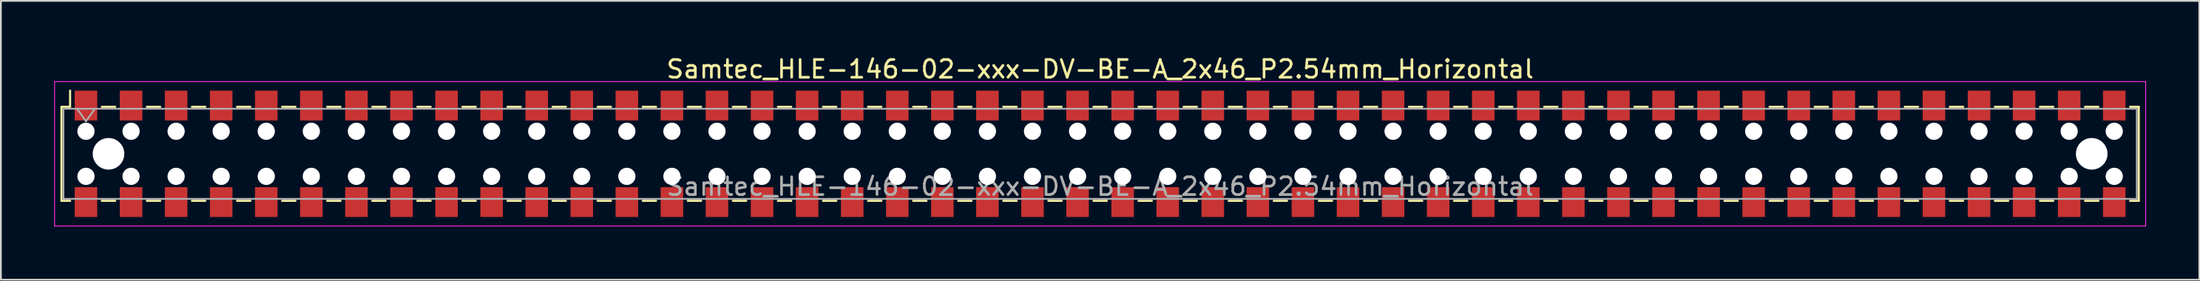
<source format=kicad_pcb>
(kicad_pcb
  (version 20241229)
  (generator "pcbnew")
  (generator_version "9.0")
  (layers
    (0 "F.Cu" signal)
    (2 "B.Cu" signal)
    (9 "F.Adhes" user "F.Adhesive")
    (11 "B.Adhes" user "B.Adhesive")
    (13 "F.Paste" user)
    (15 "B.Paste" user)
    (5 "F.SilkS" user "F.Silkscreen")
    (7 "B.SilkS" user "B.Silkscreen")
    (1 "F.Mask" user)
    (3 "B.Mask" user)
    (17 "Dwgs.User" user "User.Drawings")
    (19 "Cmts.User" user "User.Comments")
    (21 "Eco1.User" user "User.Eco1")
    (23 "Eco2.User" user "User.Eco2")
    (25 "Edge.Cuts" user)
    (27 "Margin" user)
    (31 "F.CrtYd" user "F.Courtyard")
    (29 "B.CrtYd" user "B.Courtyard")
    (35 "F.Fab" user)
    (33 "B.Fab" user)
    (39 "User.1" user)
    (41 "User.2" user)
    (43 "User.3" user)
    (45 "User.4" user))
  (footprint "Samtec_HLE-146-02-xxx-DV-BE-A_2x46_P2.54mm_Horizontal"
    (layer "F.Cu")
    (at 58.945 5.618)
    (property "Reference" "Samtec_HLE-146-02-xxx-DV-BE-A_2x46_P2.54mm_Horizontal" (at 0 -4.77 0) (layer "F.SilkS") (effects (font (size 1 1) (thickness 0.15))))
    (attr smd)
    (fp_line (start -58.53 -2.65) (end -58.53 2.65) (stroke (width 0.12) (type solid)) (layer "F.SilkS"))
    (fp_line (start -58.53 2.65) (end -58.045 2.65) (stroke (width 0.12) (type solid)) (layer "F.SilkS"))
    (fp_line (start -58.045 -3.56) (end -58.045 -2.65) (stroke (width 0.12) (type solid)) (layer "F.SilkS"))
    (fp_line (start -58.045 -2.65) (end -58.53 -2.65) (stroke (width 0.12) (type solid)) (layer "F.SilkS"))
    (fp_line (start -56.255 -2.65) (end -55.505 -2.65) (stroke (width 0.12) (type solid)) (layer "F.SilkS"))
    (fp_line (start -56.255 2.65) (end -55.505 2.65) (stroke (width 0.12) (type solid)) (layer "F.SilkS"))
    (fp_line (start -53.715 -2.65) (end -52.965 -2.65) (stroke (width 0.12) (type solid)) (layer "F.SilkS"))
    (fp_line (start -53.715 2.65) (end -52.965 2.65) (stroke (width 0.12) (type solid)) (layer "F.SilkS"))
    (fp_line (start -51.175 -2.65) (end -50.425 -2.65) (stroke (width 0.12) (type solid)) (layer "F.SilkS"))
    (fp_line (start -51.175 2.65) (end -50.425 2.65) (stroke (width 0.12) (type solid)) (layer "F.SilkS"))
    (fp_line (start -48.635 -2.65) (end -47.885 -2.65) (stroke (width 0.12) (type solid)) (layer "F.SilkS"))
    (fp_line (start -48.635 2.65) (end -47.885 2.65) (stroke (width 0.12) (type solid)) (layer "F.SilkS"))
    (fp_line (start -46.095 -2.65) (end -45.345 -2.65) (stroke (width 0.12) (type solid)) (layer "F.SilkS"))
    (fp_line (start -46.095 2.65) (end -45.345 2.65) (stroke (width 0.12) (type solid)) (layer "F.SilkS"))
    (fp_line (start -43.555 -2.65) (end -42.805 -2.65) (stroke (width 0.12) (type solid)) (layer "F.SilkS"))
    (fp_line (start -43.555 2.65) (end -42.805 2.65) (stroke (width 0.12) (type solid)) (layer "F.SilkS"))
    (fp_line (start -41.015 -2.65) (end -40.265 -2.65) (stroke (width 0.12) (type solid)) (layer "F.SilkS"))
    (fp_line (start -41.015 2.65) (end -40.265 2.65) (stroke (width 0.12) (type solid)) (layer "F.SilkS"))
    (fp_line (start -38.475 -2.65) (end -37.725 -2.65) (stroke (width 0.12) (type solid)) (layer "F.SilkS"))
    (fp_line (start -38.475 2.65) (end -37.725 2.65) (stroke (width 0.12) (type solid)) (layer "F.SilkS"))
    (fp_line (start -35.935 -2.65) (end -35.185 -2.65) (stroke (width 0.12) (type solid)) (layer "F.SilkS"))
    (fp_line (start -35.935 2.65) (end -35.185 2.65) (stroke (width 0.12) (type solid)) (layer "F.SilkS"))
    (fp_line (start -33.395 -2.65) (end -32.645 -2.65) (stroke (width 0.12) (type solid)) (layer "F.SilkS"))
    (fp_line (start -33.395 2.65) (end -32.645 2.65) (stroke (width 0.12) (type solid)) (layer "F.SilkS"))
    (fp_line (start -30.855 -2.65) (end -30.105 -2.65) (stroke (width 0.12) (type solid)) (layer "F.SilkS"))
    (fp_line (start -30.855 2.65) (end -30.105 2.65) (stroke (width 0.12) (type solid)) (layer "F.SilkS"))
    (fp_line (start -28.315 -2.65) (end -27.565 -2.65) (stroke (width 0.12) (type solid)) (layer "F.SilkS"))
    (fp_line (start -28.315 2.65) (end -27.565 2.65) (stroke (width 0.12) (type solid)) (layer "F.SilkS"))
    (fp_line (start -25.775 -2.65) (end -25.025 -2.65) (stroke (width 0.12) (type solid)) (layer "F.SilkS"))
    (fp_line (start -25.775 2.65) (end -25.025 2.65) (stroke (width 0.12) (type solid)) (layer "F.SilkS"))
    (fp_line (start -23.235 -2.65) (end -22.485 -2.65) (stroke (width 0.12) (type solid)) (layer "F.SilkS"))
    (fp_line (start -23.235 2.65) (end -22.485 2.65) (stroke (width 0.12) (type solid)) (layer "F.SilkS"))
    (fp_line (start -20.695 -2.65) (end -19.945 -2.65) (stroke (width 0.12) (type solid)) (layer "F.SilkS"))
    (fp_line (start -20.695 2.65) (end -19.945 2.65) (stroke (width 0.12) (type solid)) (layer "F.SilkS"))
    (fp_line (start -18.155 -2.65) (end -17.405 -2.65) (stroke (width 0.12) (type solid)) (layer "F.SilkS"))
    (fp_line (start -18.155 2.65) (end -17.405 2.65) (stroke (width 0.12) (type solid)) (layer "F.SilkS"))
    (fp_line (start -15.615 -2.65) (end -14.865 -2.65) (stroke (width 0.12) (type solid)) (layer "F.SilkS"))
    (fp_line (start -15.615 2.65) (end -14.865 2.65) (stroke (width 0.12) (type solid)) (layer "F.SilkS"))
    (fp_line (start -13.075 -2.65) (end -12.325 -2.65) (stroke (width 0.12) (type solid)) (layer "F.SilkS"))
    (fp_line (start -13.075 2.65) (end -12.325 2.65) (stroke (width 0.12) (type solid)) (layer "F.SilkS"))
    (fp_line (start -10.535 -2.65) (end -9.785 -2.65) (stroke (width 0.12) (type solid)) (layer "F.SilkS"))
    (fp_line (start -10.535 2.65) (end -9.785 2.65) (stroke (width 0.12) (type solid)) (layer "F.SilkS"))
    (fp_line (start -7.995 -2.65) (end -7.245 -2.65) (stroke (width 0.12) (type solid)) (layer "F.SilkS"))
    (fp_line (start -7.995 2.65) (end -7.245 2.65) (stroke (width 0.12) (type solid)) (layer "F.SilkS"))
    (fp_line (start -5.455 -2.65) (end -4.705 -2.65) (stroke (width 0.12) (type solid)) (layer "F.SilkS"))
    (fp_line (start -5.455 2.65) (end -4.705 2.65) (stroke (width 0.12) (type solid)) (layer "F.SilkS"))
    (fp_line (start -2.915 -2.65) (end -2.165 -2.65) (stroke (width 0.12) (type solid)) (layer "F.SilkS"))
    (fp_line (start -2.915 2.65) (end -2.165 2.65) (stroke (width 0.12) (type solid)) (layer "F.SilkS"))
    (fp_line (start -0.375 -2.65) (end 0.375 -2.65) (stroke (width 0.12) (type solid)) (layer "F.SilkS"))
    (fp_line (start -0.375 2.65) (end 0.375 2.65) (stroke (width 0.12) (type solid)) (layer "F.SilkS"))
    (fp_line (start 2.165 -2.65) (end 2.915 -2.65) (stroke (width 0.12) (type solid)) (layer "F.SilkS"))
    (fp_line (start 2.165 2.65) (end 2.915 2.65) (stroke (width 0.12) (type solid)) (layer "F.SilkS"))
    (fp_line (start 4.705 -2.65) (end 5.455 -2.65) (stroke (width 0.12) (type solid)) (layer "F.SilkS"))
    (fp_line (start 4.705 2.65) (end 5.455 2.65) (stroke (width 0.12) (type solid)) (layer "F.SilkS"))
    (fp_line (start 7.245 -2.65) (end 7.995 -2.65) (stroke (width 0.12) (type solid)) (layer "F.SilkS"))
    (fp_line (start 7.245 2.65) (end 7.995 2.65) (stroke (width 0.12) (type solid)) (layer "F.SilkS"))
    (fp_line (start 9.785 -2.65) (end 10.535 -2.65) (stroke (width 0.12) (type solid)) (layer "F.SilkS"))
    (fp_line (start 9.785 2.65) (end 10.535 2.65) (stroke (width 0.12) (type solid)) (layer "F.SilkS"))
    (fp_line (start 12.325 -2.65) (end 13.075 -2.65) (stroke (width 0.12) (type solid)) (layer "F.SilkS"))
    (fp_line (start 12.325 2.65) (end 13.075 2.65) (stroke (width 0.12) (type solid)) (layer "F.SilkS"))
    (fp_line (start 14.865 -2.65) (end 15.615 -2.65) (stroke (width 0.12) (type solid)) (layer "F.SilkS"))
    (fp_line (start 14.865 2.65) (end 15.615 2.65) (stroke (width 0.12) (type solid)) (layer "F.SilkS"))
    (fp_line (start 17.405 -2.65) (end 18.155 -2.65) (stroke (width 0.12) (type solid)) (layer "F.SilkS"))
    (fp_line (start 17.405 2.65) (end 18.155 2.65) (stroke (width 0.12) (type solid)) (layer "F.SilkS"))
    (fp_line (start 19.945 -2.65) (end 20.695 -2.65) (stroke (width 0.12) (type solid)) (layer "F.SilkS"))
    (fp_line (start 19.945 2.65) (end 20.695 2.65) (stroke (width 0.12) (type solid)) (layer "F.SilkS"))
    (fp_line (start 22.485 -2.65) (end 23.235 -2.65) (stroke (width 0.12) (type solid)) (layer "F.SilkS"))
    (fp_line (start 22.485 2.65) (end 23.235 2.65) (stroke (width 0.12) (type solid)) (layer "F.SilkS"))
    (fp_line (start 25.025 -2.65) (end 25.775 -2.65) (stroke (width 0.12) (type solid)) (layer "F.SilkS"))
    (fp_line (start 25.025 2.65) (end 25.775 2.65) (stroke (width 0.12) (type solid)) (layer "F.SilkS"))
    (fp_line (start 27.565 -2.65) (end 28.315 -2.65) (stroke (width 0.12) (type solid)) (layer "F.SilkS"))
    (fp_line (start 27.565 2.65) (end 28.315 2.65) (stroke (width 0.12) (type solid)) (layer "F.SilkS"))
    (fp_line (start 30.105 -2.65) (end 30.855 -2.65) (stroke (width 0.12) (type solid)) (layer "F.SilkS"))
    (fp_line (start 30.105 2.65) (end 30.855 2.65) (stroke (width 0.12) (type solid)) (layer "F.SilkS"))
    (fp_line (start 32.645 -2.65) (end 33.395 -2.65) (stroke (width 0.12) (type solid)) (layer "F.SilkS"))
    (fp_line (start 32.645 2.65) (end 33.395 2.65) (stroke (width 0.12) (type solid)) (layer "F.SilkS"))
    (fp_line (start 35.185 -2.65) (end 35.935 -2.65) (stroke (width 0.12) (type solid)) (layer "F.SilkS"))
    (fp_line (start 35.185 2.65) (end 35.935 2.65) (stroke (width 0.12) (type solid)) (layer "F.SilkS"))
    (fp_line (start 37.725 -2.65) (end 38.475 -2.65) (stroke (width 0.12) (type solid)) (layer "F.SilkS"))
    (fp_line (start 37.725 2.65) (end 38.475 2.65) (stroke (width 0.12) (type solid)) (layer "F.SilkS"))
    (fp_line (start 40.265 -2.65) (end 41.015 -2.65) (stroke (width 0.12) (type solid)) (layer "F.SilkS"))
    (fp_line (start 40.265 2.65) (end 41.015 2.65) (stroke (width 0.12) (type solid)) (layer "F.SilkS"))
    (fp_line (start 42.805 -2.65) (end 43.555 -2.65) (stroke (width 0.12) (type solid)) (layer "F.SilkS"))
    (fp_line (start 42.805 2.65) (end 43.555 2.65) (stroke (width 0.12) (type solid)) (layer "F.SilkS"))
    (fp_line (start 45.345 -2.65) (end 46.095 -2.65) (stroke (width 0.12) (type solid)) (layer "F.SilkS"))
    (fp_line (start 45.345 2.65) (end 46.095 2.65) (stroke (width 0.12) (type solid)) (layer "F.SilkS"))
    (fp_line (start 47.885 -2.65) (end 48.635 -2.65) (stroke (width 0.12) (type solid)) (layer "F.SilkS"))
    (fp_line (start 47.885 2.65) (end 48.635 2.65) (stroke (width 0.12) (type solid)) (layer "F.SilkS"))
    (fp_line (start 50.425 -2.65) (end 51.175 -2.65) (stroke (width 0.12) (type solid)) (layer "F.SilkS"))
    (fp_line (start 50.425 2.65) (end 51.175 2.65) (stroke (width 0.12) (type solid)) (layer "F.SilkS"))
    (fp_line (start 52.965 -2.65) (end 53.715 -2.65) (stroke (width 0.12) (type solid)) (layer "F.SilkS"))
    (fp_line (start 52.965 2.65) (end 53.715 2.65) (stroke (width 0.12) (type solid)) (layer "F.SilkS"))
    (fp_line (start 55.505 -2.65) (end 56.255 -2.65) (stroke (width 0.12) (type solid)) (layer "F.SilkS"))
    (fp_line (start 55.505 2.65) (end 56.255 2.65) (stroke (width 0.12) (type solid)) (layer "F.SilkS"))
    (fp_line (start 58.045 -2.65) (end 58.53 -2.65) (stroke (width 0.12) (type solid)) (layer "F.SilkS"))
    (fp_line (start 58.53 -2.65) (end 58.53 2.65) (stroke (width 0.12) (type solid)) (layer "F.SilkS"))
    (fp_line (start 58.53 2.65) (end 58.045 2.65) (stroke (width 0.12) (type solid)) (layer "F.SilkS"))
    (fp_line (start -58.92 -4.07) (end 58.92 -4.07) (stroke (width 0.05) (type solid)) (layer "F.CrtYd"))
    (fp_line (start -58.92 4.07) (end -58.92 -4.07) (stroke (width 0.05) (type solid)) (layer "F.CrtYd"))
    (fp_line (start 58.92 -4.07) (end 58.92 4.07) (stroke (width 0.05) (type solid)) (layer "F.CrtYd"))
    (fp_line (start 58.92 4.07) (end -58.92 4.07) (stroke (width 0.05) (type solid)) (layer "F.CrtYd"))
    (fp_line (start -58.42 -2.54) (end 58.42 -2.54) (stroke (width 0.1) (type solid)) (layer "F.Fab"))
    (fp_line (start -58.42 2.54) (end -58.42 -2.54) (stroke (width 0.1) (type solid)) (layer "F.Fab"))
    (fp_line (start -57.65 -2.54) (end -57.15 -1.833) (stroke (width 0.1) (type solid)) (layer "F.Fab"))
    (fp_line (start -57.15 -1.833) (end -56.65 -2.54) (stroke (width 0.1) (type solid)) (layer "F.Fab"))
    (fp_line (start 58.42 -2.54) (end 58.42 2.54) (stroke (width 0.1) (type solid)) (layer "F.Fab"))
    (fp_line (start 58.42 2.54) (end -58.42 2.54) (stroke (width 0.1) (type solid)) (layer "F.Fab"))
    (fp_text user "${REFERENCE}" (at 0 1.84 0) (layer "F.Fab") (effects (font (size 1 1) (thickness 0.15))))
    (pad "" np_thru_hole circle (at -57.15 -1.27) (size 0.97 0.97) (drill 0.97) (layers "*.Cu" "*.Mask"))
    (pad "" np_thru_hole circle (at -57.15 1.27) (size 0.97 0.97) (drill 0.97) (layers "*.Cu" "*.Mask"))
    (pad "" np_thru_hole circle (at -55.88 0) (size 1.78 1.78) (drill 1.78) (layers "*.Cu" "*.Mask"))
    (pad "" np_thru_hole circle (at -54.61 -1.27) (size 0.97 0.97) (drill 0.97) (layers "*.Cu" "*.Mask"))
    (pad "" np_thru_hole circle (at -54.61 1.27) (size 0.97 0.97) (drill 0.97) (layers "*.Cu" "*.Mask"))
    (pad "" np_thru_hole circle (at -52.07 -1.27) (size 0.97 0.97) (drill 0.97) (layers "*.Cu" "*.Mask"))
    (pad "" np_thru_hole circle (at -52.07 1.27) (size 0.97 0.97) (drill 0.97) (layers "*.Cu" "*.Mask"))
    (pad "" np_thru_hole circle (at -49.53 -1.27) (size 0.97 0.97) (drill 0.97) (layers "*.Cu" "*.Mask"))
    (pad "" np_thru_hole circle (at -49.53 1.27) (size 0.97 0.97) (drill 0.97) (layers "*.Cu" "*.Mask"))
    (pad "" np_thru_hole circle (at -46.99 -1.27) (size 0.97 0.97) (drill 0.97) (layers "*.Cu" "*.Mask"))
    (pad "" np_thru_hole circle (at -46.99 1.27) (size 0.97 0.97) (drill 0.97) (layers "*.Cu" "*.Mask"))
    (pad "" np_thru_hole circle (at -44.45 -1.27) (size 0.97 0.97) (drill 0.97) (layers "*.Cu" "*.Mask"))
    (pad "" np_thru_hole circle (at -44.45 1.27) (size 0.97 0.97) (drill 0.97) (layers "*.Cu" "*.Mask"))
    (pad "" np_thru_hole circle (at -41.91 -1.27) (size 0.97 0.97) (drill 0.97) (layers "*.Cu" "*.Mask"))
    (pad "" np_thru_hole circle (at -41.91 1.27) (size 0.97 0.97) (drill 0.97) (layers "*.Cu" "*.Mask"))
    (pad "" np_thru_hole circle (at -39.37 -1.27) (size 0.97 0.97) (drill 0.97) (layers "*.Cu" "*.Mask"))
    (pad "" np_thru_hole circle (at -39.37 1.27) (size 0.97 0.97) (drill 0.97) (layers "*.Cu" "*.Mask"))
    (pad "" np_thru_hole circle (at -36.83 -1.27) (size 0.97 0.97) (drill 0.97) (layers "*.Cu" "*.Mask"))
    (pad "" np_thru_hole circle (at -36.83 1.27) (size 0.97 0.97) (drill 0.97) (layers "*.Cu" "*.Mask"))
    (pad "" np_thru_hole circle (at -34.29 -1.27) (size 0.97 0.97) (drill 0.97) (layers "*.Cu" "*.Mask"))
    (pad "" np_thru_hole circle (at -34.29 1.27) (size 0.97 0.97) (drill 0.97) (layers "*.Cu" "*.Mask"))
    (pad "" np_thru_hole circle (at -31.75 -1.27) (size 0.97 0.97) (drill 0.97) (layers "*.Cu" "*.Mask"))
    (pad "" np_thru_hole circle (at -31.75 1.27) (size 0.97 0.97) (drill 0.97) (layers "*.Cu" "*.Mask"))
    (pad "" np_thru_hole circle (at -29.21 -1.27) (size 0.97 0.97) (drill 0.97) (layers "*.Cu" "*.Mask"))
    (pad "" np_thru_hole circle (at -29.21 1.27) (size 0.97 0.97) (drill 0.97) (layers "*.Cu" "*.Mask"))
    (pad "" np_thru_hole circle (at -26.67 -1.27) (size 0.97 0.97) (drill 0.97) (layers "*.Cu" "*.Mask"))
    (pad "" np_thru_hole circle (at -26.67 1.27) (size 0.97 0.97) (drill 0.97) (layers "*.Cu" "*.Mask"))
    (pad "" np_thru_hole circle (at -24.13 -1.27) (size 0.97 0.97) (drill 0.97) (layers "*.Cu" "*.Mask"))
    (pad "" np_thru_hole circle (at -24.13 1.27) (size 0.97 0.97) (drill 0.97) (layers "*.Cu" "*.Mask"))
    (pad "" np_thru_hole circle (at -21.59 -1.27) (size 0.97 0.97) (drill 0.97) (layers "*.Cu" "*.Mask"))
    (pad "" np_thru_hole circle (at -21.59 1.27) (size 0.97 0.97) (drill 0.97) (layers "*.Cu" "*.Mask"))
    (pad "" np_thru_hole circle (at -19.05 -1.27) (size 0.97 0.97) (drill 0.97) (layers "*.Cu" "*.Mask"))
    (pad "" np_thru_hole circle (at -19.05 1.27) (size 0.97 0.97) (drill 0.97) (layers "*.Cu" "*.Mask"))
    (pad "" np_thru_hole circle (at -16.51 -1.27) (size 0.97 0.97) (drill 0.97) (layers "*.Cu" "*.Mask"))
    (pad "" np_thru_hole circle (at -16.51 1.27) (size 0.97 0.97) (drill 0.97) (layers "*.Cu" "*.Mask"))
    (pad "" np_thru_hole circle (at -13.97 -1.27) (size 0.97 0.97) (drill 0.97) (layers "*.Cu" "*.Mask"))
    (pad "" np_thru_hole circle (at -13.97 1.27) (size 0.97 0.97) (drill 0.97) (layers "*.Cu" "*.Mask"))
    (pad "" np_thru_hole circle (at -11.43 -1.27) (size 0.97 0.97) (drill 0.97) (layers "*.Cu" "*.Mask"))
    (pad "" np_thru_hole circle (at -11.43 1.27) (size 0.97 0.97) (drill 0.97) (layers "*.Cu" "*.Mask"))
    (pad "" np_thru_hole circle (at -8.89 -1.27) (size 0.97 0.97) (drill 0.97) (layers "*.Cu" "*.Mask"))
    (pad "" np_thru_hole circle (at -8.89 1.27) (size 0.97 0.97) (drill 0.97) (layers "*.Cu" "*.Mask"))
    (pad "" np_thru_hole circle (at -6.35 -1.27) (size 0.97 0.97) (drill 0.97) (layers "*.Cu" "*.Mask"))
    (pad "" np_thru_hole circle (at -6.35 1.27) (size 0.97 0.97) (drill 0.97) (layers "*.Cu" "*.Mask"))
    (pad "" np_thru_hole circle (at -3.81 -1.27) (size 0.97 0.97) (drill 0.97) (layers "*.Cu" "*.Mask"))
    (pad "" np_thru_hole circle (at -3.81 1.27) (size 0.97 0.97) (drill 0.97) (layers "*.Cu" "*.Mask"))
    (pad "" np_thru_hole circle (at -1.27 -1.27) (size 0.97 0.97) (drill 0.97) (layers "*.Cu" "*.Mask"))
    (pad "" np_thru_hole circle (at -1.27 1.27) (size 0.97 0.97) (drill 0.97) (layers "*.Cu" "*.Mask"))
    (pad "" np_thru_hole circle (at 1.27 -1.27) (size 0.97 0.97) (drill 0.97) (layers "*.Cu" "*.Mask"))
    (pad "" np_thru_hole circle (at 1.27 1.27) (size 0.97 0.97) (drill 0.97) (layers "*.Cu" "*.Mask"))
    (pad "" np_thru_hole circle (at 3.81 -1.27) (size 0.97 0.97) (drill 0.97) (layers "*.Cu" "*.Mask"))
    (pad "" np_thru_hole circle (at 3.81 1.27) (size 0.97 0.97) (drill 0.97) (layers "*.Cu" "*.Mask"))
    (pad "" np_thru_hole circle (at 6.35 -1.27) (size 0.97 0.97) (drill 0.97) (layers "*.Cu" "*.Mask"))
    (pad "" np_thru_hole circle (at 6.35 1.27) (size 0.97 0.97) (drill 0.97) (layers "*.Cu" "*.Mask"))
    (pad "" np_thru_hole circle (at 8.89 -1.27) (size 0.97 0.97) (drill 0.97) (layers "*.Cu" "*.Mask"))
    (pad "" np_thru_hole circle (at 8.89 1.27) (size 0.97 0.97) (drill 0.97) (layers "*.Cu" "*.Mask"))
    (pad "" np_thru_hole circle (at 11.43 -1.27) (size 0.97 0.97) (drill 0.97) (layers "*.Cu" "*.Mask"))
    (pad "" np_thru_hole circle (at 11.43 1.27) (size 0.97 0.97) (drill 0.97) (layers "*.Cu" "*.Mask"))
    (pad "" np_thru_hole circle (at 13.97 -1.27) (size 0.97 0.97) (drill 0.97) (layers "*.Cu" "*.Mask"))
    (pad "" np_thru_hole circle (at 13.97 1.27) (size 0.97 0.97) (drill 0.97) (layers "*.Cu" "*.Mask"))
    (pad "" np_thru_hole circle (at 16.51 -1.27) (size 0.97 0.97) (drill 0.97) (layers "*.Cu" "*.Mask"))
    (pad "" np_thru_hole circle (at 16.51 1.27) (size 0.97 0.97) (drill 0.97) (layers "*.Cu" "*.Mask"))
    (pad "" np_thru_hole circle (at 19.05 -1.27) (size 0.97 0.97) (drill 0.97) (layers "*.Cu" "*.Mask"))
    (pad "" np_thru_hole circle (at 19.05 1.27) (size 0.97 0.97) (drill 0.97) (layers "*.Cu" "*.Mask"))
    (pad "" np_thru_hole circle (at 21.59 -1.27) (size 0.97 0.97) (drill 0.97) (layers "*.Cu" "*.Mask"))
    (pad "" np_thru_hole circle (at 21.59 1.27) (size 0.97 0.97) (drill 0.97) (layers "*.Cu" "*.Mask"))
    (pad "" np_thru_hole circle (at 24.13 -1.27) (size 0.97 0.97) (drill 0.97) (layers "*.Cu" "*.Mask"))
    (pad "" np_thru_hole circle (at 24.13 1.27) (size 0.97 0.97) (drill 0.97) (layers "*.Cu" "*.Mask"))
    (pad "" np_thru_hole circle (at 26.67 -1.27) (size 0.97 0.97) (drill 0.97) (layers "*.Cu" "*.Mask"))
    (pad "" np_thru_hole circle (at 26.67 1.27) (size 0.97 0.97) (drill 0.97) (layers "*.Cu" "*.Mask"))
    (pad "" np_thru_hole circle (at 29.21 -1.27) (size 0.97 0.97) (drill 0.97) (layers "*.Cu" "*.Mask"))
    (pad "" np_thru_hole circle (at 29.21 1.27) (size 0.97 0.97) (drill 0.97) (layers "*.Cu" "*.Mask"))
    (pad "" np_thru_hole circle (at 31.75 -1.27) (size 0.97 0.97) (drill 0.97) (layers "*.Cu" "*.Mask"))
    (pad "" np_thru_hole circle (at 31.75 1.27) (size 0.97 0.97) (drill 0.97) (layers "*.Cu" "*.Mask"))
    (pad "" np_thru_hole circle (at 34.29 -1.27) (size 0.97 0.97) (drill 0.97) (layers "*.Cu" "*.Mask"))
    (pad "" np_thru_hole circle (at 34.29 1.27) (size 0.97 0.97) (drill 0.97) (layers "*.Cu" "*.Mask"))
    (pad "" np_thru_hole circle (at 36.83 -1.27) (size 0.97 0.97) (drill 0.97) (layers "*.Cu" "*.Mask"))
    (pad "" np_thru_hole circle (at 36.83 1.27) (size 0.97 0.97) (drill 0.97) (layers "*.Cu" "*.Mask"))
    (pad "" np_thru_hole circle (at 39.37 -1.27) (size 0.97 0.97) (drill 0.97) (layers "*.Cu" "*.Mask"))
    (pad "" np_thru_hole circle (at 39.37 1.27) (size 0.97 0.97) (drill 0.97) (layers "*.Cu" "*.Mask"))
    (pad "" np_thru_hole circle (at 41.91 -1.27) (size 0.97 0.97) (drill 0.97) (layers "*.Cu" "*.Mask"))
    (pad "" np_thru_hole circle (at 41.91 1.27) (size 0.97 0.97) (drill 0.97) (layers "*.Cu" "*.Mask"))
    (pad "" np_thru_hole circle (at 44.45 -1.27) (size 0.97 0.97) (drill 0.97) (layers "*.Cu" "*.Mask"))
    (pad "" np_thru_hole circle (at 44.45 1.27) (size 0.97 0.97) (drill 0.97) (layers "*.Cu" "*.Mask"))
    (pad "" np_thru_hole circle (at 46.99 -1.27) (size 0.97 0.97) (drill 0.97) (layers "*.Cu" "*.Mask"))
    (pad "" np_thru_hole circle (at 46.99 1.27) (size 0.97 0.97) (drill 0.97) (layers "*.Cu" "*.Mask"))
    (pad "" np_thru_hole circle (at 49.53 -1.27) (size 0.97 0.97) (drill 0.97) (layers "*.Cu" "*.Mask"))
    (pad "" np_thru_hole circle (at 49.53 1.27) (size 0.97 0.97) (drill 0.97) (layers "*.Cu" "*.Mask"))
    (pad "" np_thru_hole circle (at 52.07 -1.27) (size 0.97 0.97) (drill 0.97) (layers "*.Cu" "*.Mask"))
    (pad "" np_thru_hole circle (at 52.07 1.27) (size 0.97 0.97) (drill 0.97) (layers "*.Cu" "*.Mask"))
    (pad "" np_thru_hole circle (at 54.61 -1.27) (size 0.97 0.97) (drill 0.97) (layers "*.Cu" "*.Mask"))
    (pad "" np_thru_hole circle (at 54.61 1.27) (size 0.97 0.97) (drill 0.97) (layers "*.Cu" "*.Mask"))
    (pad "" np_thru_hole circle (at 55.88 0) (size 1.78 1.78) (drill 1.78) (layers "*.Cu" "*.Mask"))
    (pad "" np_thru_hole circle (at 57.15 -1.27) (size 0.97 0.97) (drill 0.97) (layers "*.Cu" "*.Mask"))
    (pad "" np_thru_hole circle (at 57.15 1.27) (size 0.97 0.97) (drill 0.97) (layers "*.Cu" "*.Mask"))
    (pad "1" smd rect (at -57.15 -2.72) (size 1.27 1.68) (layers "F.Cu" "F.Mask" "F.Paste"))
    (pad "2" smd rect (at -57.15 2.72) (size 1.27 1.68) (layers "F.Cu" "F.Mask" "F.Paste"))
    (pad "3" smd rect (at -54.61 -2.72) (size 1.27 1.68) (layers "F.Cu" "F.Mask" "F.Paste"))
    (pad "4" smd rect (at -54.61 2.72) (size 1.27 1.68) (layers "F.Cu" "F.Mask" "F.Paste"))
    (pad "5" smd rect (at -52.07 -2.72) (size 1.27 1.68) (layers "F.Cu" "F.Mask" "F.Paste"))
    (pad "6" smd rect (at -52.07 2.72) (size 1.27 1.68) (layers "F.Cu" "F.Mask" "F.Paste"))
    (pad "7" smd rect (at -49.53 -2.72) (size 1.27 1.68) (layers "F.Cu" "F.Mask" "F.Paste"))
    (pad "8" smd rect (at -49.53 2.72) (size 1.27 1.68) (layers "F.Cu" "F.Mask" "F.Paste"))
    (pad "9" smd rect (at -46.99 -2.72) (size 1.27 1.68) (layers "F.Cu" "F.Mask" "F.Paste"))
    (pad "10" smd rect (at -46.99 2.72) (size 1.27 1.68) (layers "F.Cu" "F.Mask" "F.Paste"))
    (pad "11" smd rect (at -44.45 -2.72) (size 1.27 1.68) (layers "F.Cu" "F.Mask" "F.Paste"))
    (pad "12" smd rect (at -44.45 2.72) (size 1.27 1.68) (layers "F.Cu" "F.Mask" "F.Paste"))
    (pad "13" smd rect (at -41.91 -2.72) (size 1.27 1.68) (layers "F.Cu" "F.Mask" "F.Paste"))
    (pad "14" smd rect (at -41.91 2.72) (size 1.27 1.68) (layers "F.Cu" "F.Mask" "F.Paste"))
    (pad "15" smd rect (at -39.37 -2.72) (size 1.27 1.68) (layers "F.Cu" "F.Mask" "F.Paste"))
    (pad "16" smd rect (at -39.37 2.72) (size 1.27 1.68) (layers "F.Cu" "F.Mask" "F.Paste"))
    (pad "17" smd rect (at -36.83 -2.72) (size 1.27 1.68) (layers "F.Cu" "F.Mask" "F.Paste"))
    (pad "18" smd rect (at -36.83 2.72) (size 1.27 1.68) (layers "F.Cu" "F.Mask" "F.Paste"))
    (pad "19" smd rect (at -34.29 -2.72) (size 1.27 1.68) (layers "F.Cu" "F.Mask" "F.Paste"))
    (pad "20" smd rect (at -34.29 2.72) (size 1.27 1.68) (layers "F.Cu" "F.Mask" "F.Paste"))
    (pad "21" smd rect (at -31.75 -2.72) (size 1.27 1.68) (layers "F.Cu" "F.Mask" "F.Paste"))
    (pad "22" smd rect (at -31.75 2.72) (size 1.27 1.68) (layers "F.Cu" "F.Mask" "F.Paste"))
    (pad "23" smd rect (at -29.21 -2.72) (size 1.27 1.68) (layers "F.Cu" "F.Mask" "F.Paste"))
    (pad "24" smd rect (at -29.21 2.72) (size 1.27 1.68) (layers "F.Cu" "F.Mask" "F.Paste"))
    (pad "25" smd rect (at -26.67 -2.72) (size 1.27 1.68) (layers "F.Cu" "F.Mask" "F.Paste"))
    (pad "26" smd rect (at -26.67 2.72) (size 1.27 1.68) (layers "F.Cu" "F.Mask" "F.Paste"))
    (pad "27" smd rect (at -24.13 -2.72) (size 1.27 1.68) (layers "F.Cu" "F.Mask" "F.Paste"))
    (pad "28" smd rect (at -24.13 2.72) (size 1.27 1.68) (layers "F.Cu" "F.Mask" "F.Paste"))
    (pad "29" smd rect (at -21.59 -2.72) (size 1.27 1.68) (layers "F.Cu" "F.Mask" "F.Paste"))
    (pad "30" smd rect (at -21.59 2.72) (size 1.27 1.68) (layers "F.Cu" "F.Mask" "F.Paste"))
    (pad "31" smd rect (at -19.05 -2.72) (size 1.27 1.68) (layers "F.Cu" "F.Mask" "F.Paste"))
    (pad "32" smd rect (at -19.05 2.72) (size 1.27 1.68) (layers "F.Cu" "F.Mask" "F.Paste"))
    (pad "33" smd rect (at -16.51 -2.72) (size 1.27 1.68) (layers "F.Cu" "F.Mask" "F.Paste"))
    (pad "34" smd rect (at -16.51 2.72) (size 1.27 1.68) (layers "F.Cu" "F.Mask" "F.Paste"))
    (pad "35" smd rect (at -13.97 -2.72) (size 1.27 1.68) (layers "F.Cu" "F.Mask" "F.Paste"))
    (pad "36" smd rect (at -13.97 2.72) (size 1.27 1.68) (layers "F.Cu" "F.Mask" "F.Paste"))
    (pad "37" smd rect (at -11.43 -2.72) (size 1.27 1.68) (layers "F.Cu" "F.Mask" "F.Paste"))
    (pad "38" smd rect (at -11.43 2.72) (size 1.27 1.68) (layers "F.Cu" "F.Mask" "F.Paste"))
    (pad "39" smd rect (at -8.89 -2.72) (size 1.27 1.68) (layers "F.Cu" "F.Mask" "F.Paste"))
    (pad "40" smd rect (at -8.89 2.72) (size 1.27 1.68) (layers "F.Cu" "F.Mask" "F.Paste"))
    (pad "41" smd rect (at -6.35 -2.72) (size 1.27 1.68) (layers "F.Cu" "F.Mask" "F.Paste"))
    (pad "42" smd rect (at -6.35 2.72) (size 1.27 1.68) (layers "F.Cu" "F.Mask" "F.Paste"))
    (pad "43" smd rect (at -3.81 -2.72) (size 1.27 1.68) (layers "F.Cu" "F.Mask" "F.Paste"))
    (pad "44" smd rect (at -3.81 2.72) (size 1.27 1.68) (layers "F.Cu" "F.Mask" "F.Paste"))
    (pad "45" smd rect (at -1.27 -2.72) (size 1.27 1.68) (layers "F.Cu" "F.Mask" "F.Paste"))
    (pad "46" smd rect (at -1.27 2.72) (size 1.27 1.68) (layers "F.Cu" "F.Mask" "F.Paste"))
    (pad "47" smd rect (at 1.27 -2.72) (size 1.27 1.68) (layers "F.Cu" "F.Mask" "F.Paste"))
    (pad "48" smd rect (at 1.27 2.72) (size 1.27 1.68) (layers "F.Cu" "F.Mask" "F.Paste"))
    (pad "49" smd rect (at 3.81 -2.72) (size 1.27 1.68) (layers "F.Cu" "F.Mask" "F.Paste"))
    (pad "50" smd rect (at 3.81 2.72) (size 1.27 1.68) (layers "F.Cu" "F.Mask" "F.Paste"))
    (pad "51" smd rect (at 6.35 -2.72) (size 1.27 1.68) (layers "F.Cu" "F.Mask" "F.Paste"))
    (pad "52" smd rect (at 6.35 2.72) (size 1.27 1.68) (layers "F.Cu" "F.Mask" "F.Paste"))
    (pad "53" smd rect (at 8.89 -2.72) (size 1.27 1.68) (layers "F.Cu" "F.Mask" "F.Paste"))
    (pad "54" smd rect (at 8.89 2.72) (size 1.27 1.68) (layers "F.Cu" "F.Mask" "F.Paste"))
    (pad "55" smd rect (at 11.43 -2.72) (size 1.27 1.68) (layers "F.Cu" "F.Mask" "F.Paste"))
    (pad "56" smd rect (at 11.43 2.72) (size 1.27 1.68) (layers "F.Cu" "F.Mask" "F.Paste"))
    (pad "57" smd rect (at 13.97 -2.72) (size 1.27 1.68) (layers "F.Cu" "F.Mask" "F.Paste"))
    (pad "58" smd rect (at 13.97 2.72) (size 1.27 1.68) (layers "F.Cu" "F.Mask" "F.Paste"))
    (pad "59" smd rect (at 16.51 -2.72) (size 1.27 1.68) (layers "F.Cu" "F.Mask" "F.Paste"))
    (pad "60" smd rect (at 16.51 2.72) (size 1.27 1.68) (layers "F.Cu" "F.Mask" "F.Paste"))
    (pad "61" smd rect (at 19.05 -2.72) (size 1.27 1.68) (layers "F.Cu" "F.Mask" "F.Paste"))
    (pad "62" smd rect (at 19.05 2.72) (size 1.27 1.68) (layers "F.Cu" "F.Mask" "F.Paste"))
    (pad "63" smd rect (at 21.59 -2.72) (size 1.27 1.68) (layers "F.Cu" "F.Mask" "F.Paste"))
    (pad "64" smd rect (at 21.59 2.72) (size 1.27 1.68) (layers "F.Cu" "F.Mask" "F.Paste"))
    (pad "65" smd rect (at 24.13 -2.72) (size 1.27 1.68) (layers "F.Cu" "F.Mask" "F.Paste"))
    (pad "66" smd rect (at 24.13 2.72) (size 1.27 1.68) (layers "F.Cu" "F.Mask" "F.Paste"))
    (pad "67" smd rect (at 26.67 -2.72) (size 1.27 1.68) (layers "F.Cu" "F.Mask" "F.Paste"))
    (pad "68" smd rect (at 26.67 2.72) (size 1.27 1.68) (layers "F.Cu" "F.Mask" "F.Paste"))
    (pad "69" smd rect (at 29.21 -2.72) (size 1.27 1.68) (layers "F.Cu" "F.Mask" "F.Paste"))
    (pad "70" smd rect (at 29.21 2.72) (size 1.27 1.68) (layers "F.Cu" "F.Mask" "F.Paste"))
    (pad "71" smd rect (at 31.75 -2.72) (size 1.27 1.68) (layers "F.Cu" "F.Mask" "F.Paste"))
    (pad "72" smd rect (at 31.75 2.72) (size 1.27 1.68) (layers "F.Cu" "F.Mask" "F.Paste"))
    (pad "73" smd rect (at 34.29 -2.72) (size 1.27 1.68) (layers "F.Cu" "F.Mask" "F.Paste"))
    (pad "74" smd rect (at 34.29 2.72) (size 1.27 1.68) (layers "F.Cu" "F.Mask" "F.Paste"))
    (pad "75" smd rect (at 36.83 -2.72) (size 1.27 1.68) (layers "F.Cu" "F.Mask" "F.Paste"))
    (pad "76" smd rect (at 36.83 2.72) (size 1.27 1.68) (layers "F.Cu" "F.Mask" "F.Paste"))
    (pad "77" smd rect (at 39.37 -2.72) (size 1.27 1.68) (layers "F.Cu" "F.Mask" "F.Paste"))
    (pad "78" smd rect (at 39.37 2.72) (size 1.27 1.68) (layers "F.Cu" "F.Mask" "F.Paste"))
    (pad "79" smd rect (at 41.91 -2.72) (size 1.27 1.68) (layers "F.Cu" "F.Mask" "F.Paste"))
    (pad "80" smd rect (at 41.91 2.72) (size 1.27 1.68) (layers "F.Cu" "F.Mask" "F.Paste"))
    (pad "81" smd rect (at 44.45 -2.72) (size 1.27 1.68) (layers "F.Cu" "F.Mask" "F.Paste"))
    (pad "82" smd rect (at 44.45 2.72) (size 1.27 1.68) (layers "F.Cu" "F.Mask" "F.Paste"))
    (pad "83" smd rect (at 46.99 -2.72) (size 1.27 1.68) (layers "F.Cu" "F.Mask" "F.Paste"))
    (pad "84" smd rect (at 46.99 2.72) (size 1.27 1.68) (layers "F.Cu" "F.Mask" "F.Paste"))
    (pad "85" smd rect (at 49.53 -2.72) (size 1.27 1.68) (layers "F.Cu" "F.Mask" "F.Paste"))
    (pad "86" smd rect (at 49.53 2.72) (size 1.27 1.68) (layers "F.Cu" "F.Mask" "F.Paste"))
    (pad "87" smd rect (at 52.07 -2.72) (size 1.27 1.68) (layers "F.Cu" "F.Mask" "F.Paste"))
    (pad "88" smd rect (at 52.07 2.72) (size 1.27 1.68) (layers "F.Cu" "F.Mask" "F.Paste"))
    (pad "89" smd rect (at 54.61 -2.72) (size 1.27 1.68) (layers "F.Cu" "F.Mask" "F.Paste"))
    (pad "90" smd rect (at 54.61 2.72) (size 1.27 1.68) (layers "F.Cu" "F.Mask" "F.Paste"))
    (pad "91" smd rect (at 57.15 -2.72) (size 1.27 1.68) (layers "F.Cu" "F.Mask" "F.Paste"))
    (pad "92" smd rect (at 57.15 2.72) (size 1.27 1.68) (layers "F.Cu" "F.Mask" "F.Paste")))
  (gr_rect
    (start -3 -3)
    (end 120.89 12.713)
    (stroke (width 0.1) (type default))
    (fill no)
    (layer "Edge.Cuts")))
</source>
